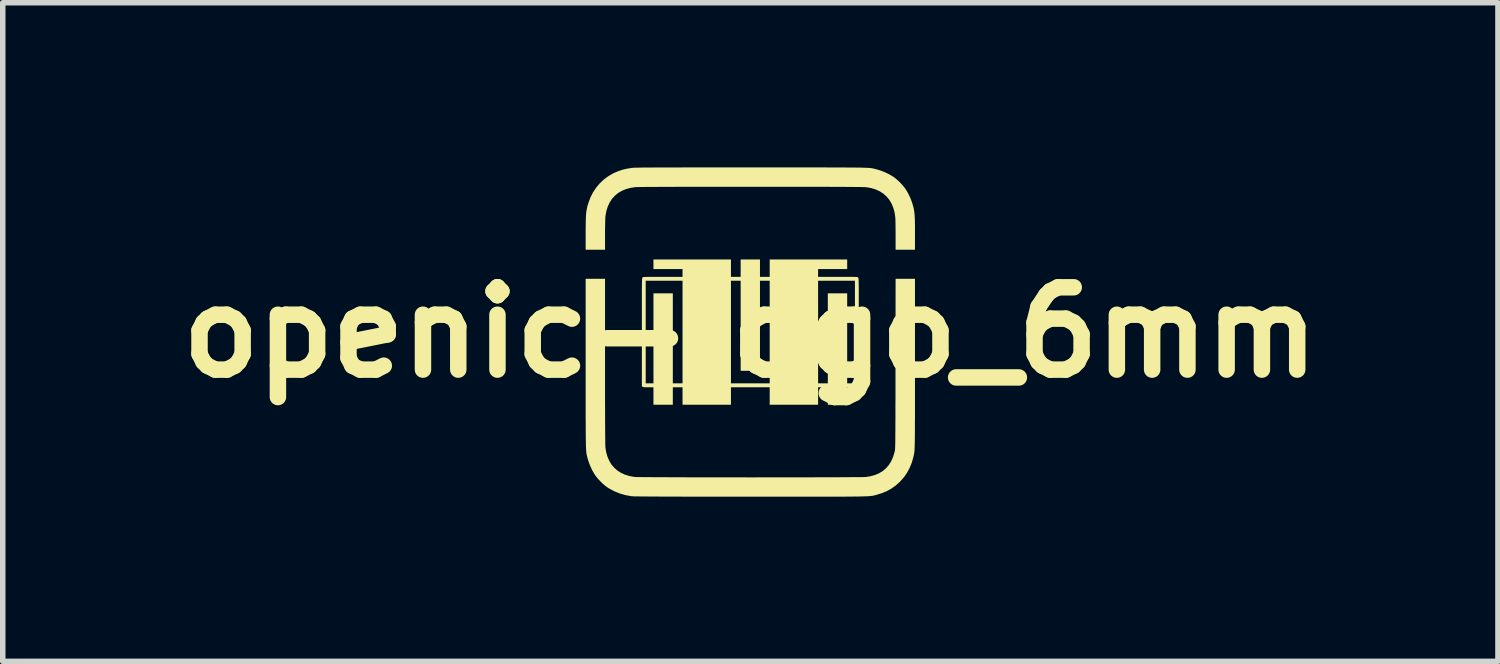
<source format=kicad_pcb>
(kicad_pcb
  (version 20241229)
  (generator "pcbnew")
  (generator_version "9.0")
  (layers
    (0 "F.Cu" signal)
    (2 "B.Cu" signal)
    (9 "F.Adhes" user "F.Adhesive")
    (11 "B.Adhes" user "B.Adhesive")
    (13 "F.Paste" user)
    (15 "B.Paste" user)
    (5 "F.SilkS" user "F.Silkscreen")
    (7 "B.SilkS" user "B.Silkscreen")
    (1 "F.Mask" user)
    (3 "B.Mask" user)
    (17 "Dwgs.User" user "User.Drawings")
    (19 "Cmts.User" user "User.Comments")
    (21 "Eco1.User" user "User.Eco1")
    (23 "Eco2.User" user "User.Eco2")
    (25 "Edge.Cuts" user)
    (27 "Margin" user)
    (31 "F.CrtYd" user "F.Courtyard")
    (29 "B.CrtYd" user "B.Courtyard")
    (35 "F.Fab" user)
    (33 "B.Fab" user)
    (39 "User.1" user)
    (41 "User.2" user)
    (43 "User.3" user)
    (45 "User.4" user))
  (footprint "openic-logo_6mm"
    (layer "F.Cu")
    (at 10.621 3.006)
    (property "Reference" "openic-logo_6mm" (at 0 0 0) (layer "F.SilkS") (effects (font (size 1.5 1.5) (thickness 0.3))))
    (attr board_only exclude_from_pos_files exclude_from_bom)
    (fp_poly (pts (xy 0.533 -3.006) (xy 0.689 -3.006) (xy 0.835 -3.006) (xy 0.97 -3.006) (xy 1.097 -3.006) (xy 1.214 -3.006) (xy 1.322 -3.006) (xy 1.422 -3.005) (xy 1.514 -3.005) (xy 1.598 -3.005) (xy 1.675 -3.005) (xy 1.745 -3.004) (xy 1.808 -3.004) (xy 1.865 -3.004) (xy 1.917 -3.003) (xy 1.963 -3.002) (xy 2.004 -3.002) (xy 2.04 -3.001) (xy 2.072 -3) (xy 2.1 -2.999) (xy 2.124 -2.998) (xy 2.146 -2.997) (xy 2.164 -2.996) (xy 2.18 -2.995) (xy 2.194 -2.993) (xy 2.207 -2.992) (xy 2.217 -2.99) (xy 2.227 -2.988) (xy 2.237 -2.986) (xy 2.246 -2.984) (xy 2.256 -2.982) (xy 2.265 -2.98) (xy 2.27 -2.979) (xy 2.354 -2.955) (xy 2.438 -2.924) (xy 2.519 -2.886) (xy 2.593 -2.843) (xy 2.618 -2.827) (xy 2.657 -2.796) (xy 2.699 -2.759) (xy 2.741 -2.717) (xy 2.78 -2.674) (xy 2.813 -2.633) (xy 2.828 -2.612) (xy 2.875 -2.534) (xy 2.916 -2.449) (xy 2.949 -2.36) (xy 2.973 -2.276) (xy 2.979 -2.249) (xy 2.984 -2.222) (xy 2.988 -2.195) (xy 2.991 -2.165) (xy 2.994 -2.132) (xy 2.996 -2.095) (xy 2.998 -2.053) (xy 2.999 -2.003) (xy 3 -1.945) (xy 3 -1.878) (xy 3 -1.802) (xy 3 -1.506) (xy 2.824 -1.506) (xy 2.647 -1.506) (xy 2.647 -1.773) (xy 2.647 -1.833) (xy 2.646 -1.891) (xy 2.646 -1.945) (xy 2.645 -1.995) (xy 2.644 -2.037) (xy 2.643 -2.072) (xy 2.641 -2.096) (xy 2.641 -2.103) (xy 2.627 -2.193) (xy 2.603 -2.276) (xy 2.571 -2.351) (xy 2.531 -2.418) (xy 2.481 -2.477) (xy 2.424 -2.528) (xy 2.358 -2.57) (xy 2.285 -2.604) (xy 2.204 -2.629) (xy 2.116 -2.644) (xy 2.098 -2.646) (xy 2.086 -2.647) (xy 2.063 -2.648) (xy 2.029 -2.648) (xy 1.985 -2.649) (xy 1.931 -2.649) (xy 1.868 -2.65) (xy 1.797 -2.65) (xy 1.717 -2.651) (xy 1.63 -2.651) (xy 1.536 -2.651) (xy 1.436 -2.652) (xy 1.329 -2.652) (xy 1.217 -2.652) (xy 1.1 -2.652) (xy 0.979 -2.653) (xy 0.853 -2.653) (xy 0.725 -2.653) (xy 0.593 -2.653) (xy 0.46 -2.653) (xy 0.324 -2.653) (xy 0.188 -2.653) (xy 0.05 -2.653) (xy -0.087 -2.653) (xy -0.225 -2.653) (xy -0.361 -2.653) (xy -0.496 -2.653) (xy -0.629 -2.653) (xy -0.76 -2.653) (xy -0.888 -2.653) (xy -1.012 -2.653) (xy -1.132 -2.652) (xy -1.248 -2.652) (xy -1.358 -2.652) (xy -1.463 -2.651) (xy -1.562 -2.651) (xy -1.655 -2.651) (xy -1.74 -2.65) (xy -1.817 -2.65) (xy -1.886 -2.65) (xy -1.946 -2.649) (xy -1.998 -2.649) (xy -2.039 -2.648) (xy -2.07 -2.647) (xy -2.09 -2.647) (xy -2.098 -2.646) (xy -2.187 -2.632) (xy -2.27 -2.609) (xy -2.345 -2.577) (xy -2.412 -2.537) (xy -2.471 -2.487) (xy -2.522 -2.43) (xy -2.564 -2.364) (xy -2.598 -2.291) (xy -2.623 -2.21) (xy -2.639 -2.121) (xy -2.641 -2.103) (xy -2.642 -2.083) (xy -2.643 -2.052) (xy -2.644 -2.013) (xy -2.645 -1.966) (xy -2.646 -1.914) (xy -2.647 -1.857) (xy -2.647 -1.797) (xy -2.647 -1.773) (xy -2.647 -1.506) (xy -2.824 -1.506) (xy -3 -1.506) (xy -3 -1.802) (xy -3 -1.883) (xy -2.999 -1.954) (xy -2.998 -2.016) (xy -2.997 -2.069) (xy -2.995 -2.116) (xy -2.992 -2.157) (xy -2.988 -2.194) (xy -2.983 -2.228) (xy -2.977 -2.26) (xy -2.97 -2.291) (xy -2.961 -2.324) (xy -2.95 -2.358) (xy -2.946 -2.371) (xy -2.91 -2.466) (xy -2.864 -2.555) (xy -2.808 -2.638) (xy -2.744 -2.715) (xy -2.672 -2.783) (xy -2.592 -2.843) (xy -2.505 -2.894) (xy -2.482 -2.905) (xy -2.407 -2.937) (xy -2.331 -2.963) (xy -2.251 -2.982) (xy -2.163 -2.996) (xy -2.162 -2.997) (xy -2.155 -2.998) (xy -2.146 -2.998) (xy -2.135 -2.999) (xy -2.122 -3) (xy -2.106 -3) (xy -2.087 -3.001) (xy -2.065 -3.001) (xy -2.038 -3.002) (xy -2.008 -3.002) (xy -1.973 -3.003) (xy -1.933 -3.003) (xy -1.888 -3.004) (xy -1.837 -3.004) (xy -1.781 -3.004) (xy -1.717 -3.005) (xy -1.648 -3.005) (xy -1.571 -3.005) (xy -1.486 -3.005) (xy -1.394 -3.005) (xy -1.294 -3.005) (xy -1.185 -3.006) (xy -1.067 -3.006) (xy -0.94 -3.006) (xy -0.803 -3.006) (xy -0.656 -3.006) (xy -0.499 -3.006) (xy -0.331 -3.006) (xy -0.152 -3.006) (xy -0.000001 -3.006) (xy 0.189 -3.006) (xy 0.367 -3.006)) (stroke (width 0) (type solid)) (fill yes) (layer "F.SilkS"))
    (fp_poly (pts (xy -0.353 -1.171) (xy -0.353 -1.012) (xy -0.265 -1.012) (xy -0.176 -1.012) (xy -0.176 -1.171) (xy -0.176 -1.329) (xy 0 -1.329) (xy 0.176 -1.329) (xy 0.176 -1.171) (xy 0.176 -1.012) (xy 0.265 -1.012) (xy 0.353 -1.012) (xy 0.353 -1.171) (xy 0.353 -1.329) (xy 1.059 -1.329) (xy 1.765 -1.329) (xy 1.765 -1.241) (xy 1.765 -1.153) (xy 1.5 -1.153) (xy 1.235 -1.153) (xy 1.235 -1.082) (xy 1.235 -1.012) (xy 1.594 -1.012) (xy 1.668 -1.012) (xy 1.731 -1.012) (xy 1.784 -1.012) (xy 1.828 -1.011) (xy 1.864 -1.011) (xy 1.892 -1.011) (xy 1.915 -1.01) (xy 1.931 -1.009) (xy 1.943 -1.008) (xy 1.952 -1.007) (xy 1.958 -1.005) (xy 1.961 -1.003) (xy 1.964 -1.001) (xy 1.965 -1) (xy 1.966 -0.998) (xy 1.968 -0.996) (xy 1.969 -0.993) (xy 1.97 -0.988) (xy 1.971 -0.982) (xy 1.972 -0.972) (xy 1.973 -0.96) (xy 1.973 -0.944) (xy 1.974 -0.923) (xy 1.974 -0.898) (xy 1.975 -0.868) (xy 1.975 -0.831) (xy 1.976 -0.789) (xy 1.976 -0.739) (xy 1.976 -0.683) (xy 1.976 -0.618) (xy 1.976 -0.545) (xy 1.976 -0.463) (xy 1.976 -0.371) (xy 1.976 -0.269) (xy 1.976 -0.157) (xy 1.976 -0.034) (xy 1.976 -0.003) (xy 1.976 0.982) (xy 1.963 0.991) (xy 1.956 0.994) (xy 1.944 0.997) (xy 1.927 0.999) (xy 1.902 1) (xy 1.867 1) (xy 1.858 1) (xy 1.765 1) (xy 1.765 1.159) (xy 1.765 1.318) (xy 1.588 1.318) (xy 1.412 1.318) (xy 1.412 1.159) (xy 1.412 1) (xy 1.324 1) (xy 1.235 1) (xy 1.235 1.159) (xy 1.235 1.318) (xy 0.794 1.318) (xy 0.353 1.318) (xy 0.353 1.159) (xy 0.353 1) (xy 0 1) (xy -0.353 1) (xy -0.353 1.159) (xy -0.353 1.318) (xy -0.794 1.318) (xy -1.235 1.318) (xy -1.235 1.159) (xy -1.235 1) (xy -1.324 1) (xy -1.412 1) (xy -1.412 1.159) (xy -1.412 1.318) (xy -1.588 1.318) (xy -1.765 1.318) (xy -1.765 1.159) (xy -1.765 1) (xy -1.858 1) (xy -1.895 1) (xy -1.922 0.999) (xy -1.941 0.998) (xy -1.954 0.995) (xy -1.962 0.992) (xy -1.963 0.991) (xy -1.976 0.982) (xy -1.976 -0.003) (xy -1.976 -0.006) (xy -1.906 -0.006) (xy -1.906 0.929) (xy -1.835 0.929) (xy -1.765 0.929) (xy -1.765 0.109) (xy -1.765 -0.712) (xy -1.588 -0.712) (xy -1.412 -0.712) (xy -1.412 0.109) (xy -1.412 0.929) (xy -1.324 0.929) (xy -1.235 0.929) (xy -1.235 -0.006) (xy -0.353 -0.006) (xy -0.353 0.929) (xy 0 0.929) (xy 0.353 0.929) (xy 0.353 -0.006) (xy 1.235 -0.006) (xy 1.235 0.929) (xy 1.324 0.929) (xy 1.412 0.929) (xy 1.412 0.109) (xy 1.412 -0.712) (xy 1.588 -0.712) (xy 1.765 -0.712) (xy 1.765 0.109) (xy 1.765 0.929) (xy 1.835 0.929) (xy 1.906 0.929) (xy 1.906 -0.006) (xy 1.906 -0.941) (xy 1.571 -0.941) (xy 1.235 -0.941) (xy 1.235 -0.006) (xy 0.353 -0.006) (xy 0.353 -0.941) (xy 0.265 -0.941) (xy 0.176 -0.941) (xy 0.176 -0.121) (xy 0.176 0.7) (xy 0 0.7) (xy -0.176 0.7) (xy -0.176 -0.121) (xy -0.176 -0.941) (xy -0.265 -0.941) (xy -0.353 -0.941) (xy -0.353 -0.006) (xy -1.235 -0.006) (xy -1.235 -0.941) (xy -1.571 -0.941) (xy -1.906 -0.941) (xy -1.906 -0.006) (xy -1.976 -0.006) (xy -1.976 -0.129) (xy -1.976 -0.244) (xy -1.976 -0.348) (xy -1.976 -0.442) (xy -1.976 -0.527) (xy -1.976 -0.602) (xy -1.976 -0.668) (xy -1.976 -0.727) (xy -1.976 -0.778) (xy -1.975 -0.822) (xy -1.975 -0.86) (xy -1.975 -0.891) (xy -1.974 -0.918) (xy -1.973 -0.939) (xy -1.973 -0.956) (xy -1.972 -0.97) (xy -1.971 -0.98) (xy -1.97 -0.987) (xy -1.969 -0.992) (xy -1.968 -0.996) (xy -1.967 -0.998) (xy -1.965 -1) (xy -1.965 -1) (xy -1.962 -1.002) (xy -1.959 -1.004) (xy -1.953 -1.006) (xy -1.946 -1.008) (xy -1.934 -1.009) (xy -1.919 -1.01) (xy -1.898 -1.01) (xy -1.871 -1.011) (xy -1.837 -1.011) (xy -1.795 -1.012) (xy -1.744 -1.012) (xy -1.683 -1.012) (xy -1.612 -1.012) (xy -1.594 -1.012) (xy -1.235 -1.012) (xy -1.235 -1.082) (xy -1.235 -1.153) (xy -1.5 -1.153) (xy -1.765 -1.153) (xy -1.765 -1.241) (xy -1.765 -1.329) (xy -1.059 -1.329) (xy -0.353 -1.329)) (stroke (width 0) (type solid)) (fill yes) (layer "F.SilkS"))
    (fp_poly (pts (xy -2.647 0.525) (xy -2.647 0.703) (xy -2.647 0.87) (xy -2.647 1.024) (xy -2.647 1.168) (xy -2.647 1.301) (xy -2.646 1.422) (xy -2.646 1.533) (xy -2.646 1.634) (xy -2.645 1.724) (xy -2.645 1.803) (xy -2.644 1.873) (xy -2.644 1.933) (xy -2.643 1.983) (xy -2.643 2.024) (xy -2.642 2.055) (xy -2.641 2.078) (xy -2.641 2.091) (xy -2.641 2.092) (xy -2.627 2.181) (xy -2.603 2.264) (xy -2.571 2.339) (xy -2.531 2.406) (xy -2.481 2.465) (xy -2.424 2.516) (xy -2.358 2.558) (xy -2.285 2.592) (xy -2.204 2.617) (xy -2.116 2.633) (xy -2.098 2.635) (xy -2.086 2.635) (xy -2.063 2.636) (xy -2.029 2.636) (xy -1.985 2.637) (xy -1.932 2.637) (xy -1.869 2.638) (xy -1.798 2.638) (xy -1.719 2.639) (xy -1.632 2.639) (xy -1.538 2.639) (xy -1.438 2.64) (xy -1.332 2.64) (xy -1.22 2.64) (xy -1.103 2.641) (xy -0.982 2.641) (xy -0.857 2.641) (xy -0.729 2.641) (xy -0.597 2.641) (xy -0.464 2.641) (xy -0.328 2.641) (xy -0.192 2.641) (xy -0.055 2.642) (xy 0.083 2.642) (xy 0.22 2.641) (xy 0.357 2.641) (xy 0.492 2.641) (xy 0.625 2.641) (xy 0.756 2.641) (xy 0.884 2.641) (xy 1.008 2.641) (xy 1.129 2.641) (xy 1.245 2.64) (xy 1.356 2.64) (xy 1.461 2.64) (xy 1.56 2.64) (xy 1.653 2.639) (xy 1.739 2.639) (xy 1.817 2.638) (xy 1.887 2.638) (xy 1.948 2.638) (xy 2 2.637) (xy 2.042 2.637) (xy 2.074 2.636) (xy 2.095 2.635) (xy 2.105 2.635) (xy 2.194 2.62) (xy 2.276 2.597) (xy 2.35 2.565) (xy 2.416 2.524) (xy 2.474 2.474) (xy 2.524 2.416) (xy 2.566 2.349) (xy 2.6 2.273) (xy 2.626 2.189) (xy 2.634 2.156) (xy 2.635 2.15) (xy 2.636 2.144) (xy 2.637 2.135) (xy 2.637 2.124) (xy 2.638 2.111) (xy 2.639 2.095) (xy 2.639 2.075) (xy 2.64 2.052) (xy 2.641 2.024) (xy 2.641 1.991) (xy 2.642 1.954) (xy 2.642 1.91) (xy 2.642 1.861) (xy 2.643 1.806) (xy 2.643 1.743) (xy 2.643 1.673) (xy 2.644 1.596) (xy 2.644 1.51) (xy 2.644 1.416) (xy 2.644 1.313) (xy 2.645 1.201) (xy 2.645 1.078) (xy 2.645 0.946) (xy 2.645 0.802) (xy 2.645 0.648) (xy 2.645 0.566) (xy 2.647 -0.976) (xy 2.824 -0.976) (xy 3 -0.976) (xy 3 0.555) (xy 3 0.716) (xy 3 0.867) (xy 3 1.006) (xy 3 1.135) (xy 3 1.254) (xy 3 1.364) (xy 3 1.464) (xy 3 1.556) (xy 2.999 1.639) (xy 2.999 1.715) (xy 2.999 1.783) (xy 2.998 1.845) (xy 2.998 1.899) (xy 2.997 1.948) (xy 2.997 1.992) (xy 2.996 2.03) (xy 2.995 2.064) (xy 2.994 2.093) (xy 2.993 2.118) (xy 2.992 2.141) (xy 2.99 2.16) (xy 2.989 2.177) (xy 2.987 2.191) (xy 2.985 2.204) (xy 2.983 2.216) (xy 2.981 2.227) (xy 2.979 2.238) (xy 2.976 2.25) (xy 2.974 2.261) (xy 2.973 2.264) (xy 2.944 2.368) (xy 2.905 2.465) (xy 2.857 2.555) (xy 2.8 2.638) (xy 2.733 2.714) (xy 2.726 2.721) (xy 2.652 2.788) (xy 2.572 2.845) (xy 2.486 2.893) (xy 2.394 2.931) (xy 2.304 2.958) (xy 2.293 2.962) (xy 2.282 2.965) (xy 2.272 2.967) (xy 2.262 2.97) (xy 2.252 2.972) (xy 2.242 2.974) (xy 2.231 2.977) (xy 2.219 2.979) (xy 2.205 2.98) (xy 2.189 2.982) (xy 2.171 2.983) (xy 2.151 2.985) (xy 2.127 2.986) (xy 2.1 2.987) (xy 2.069 2.988) (xy 2.034 2.989) (xy 1.994 2.99) (xy 1.95 2.991) (xy 1.9 2.991) (xy 1.845 2.992) (xy 1.784 2.992) (xy 1.716 2.993) (xy 1.642 2.993) (xy 1.56 2.993) (xy 1.471 2.993) (xy 1.374 2.994) (xy 1.269 2.994) (xy 1.155 2.994) (xy 1.032 2.994) (xy 0.9 2.994) (xy 0.758 2.994) (xy 0.606 2.994) (xy 0.444 2.994) (xy 0.271 2.994) (xy 0.086 2.993) (xy -0.006 2.993) (xy -0.198 2.993) (xy -0.378 2.993) (xy -0.547 2.993) (xy -0.706 2.993) (xy -0.854 2.993) (xy -0.993 2.993) (xy -1.121 2.993) (xy -1.24 2.993) (xy -1.35 2.992) (xy -1.452 2.992) (xy -1.545 2.992) (xy -1.629 2.992) (xy -1.707 2.991) (xy -1.777 2.991) (xy -1.839 2.991) (xy -1.896 2.99) (xy -1.945 2.99) (xy -1.989 2.99) (xy -2.028 2.989) (xy -2.06 2.989) (xy -2.088 2.988) (xy -2.112 2.988) (xy -2.131 2.987) (xy -2.146 2.986) (xy -2.157 2.986) (xy -2.165 2.985) (xy -2.168 2.985) (xy -2.279 2.964) (xy -2.383 2.934) (xy -2.482 2.893) (xy -2.575 2.843) (xy -2.606 2.823) (xy -2.65 2.79) (xy -2.697 2.749) (xy -2.742 2.704) (xy -2.785 2.657) (xy -2.821 2.611) (xy -2.831 2.597) (xy -2.88 2.514) (xy -2.922 2.423) (xy -2.956 2.329) (xy -2.973 2.264) (xy -2.976 2.252) (xy -2.978 2.241) (xy -2.981 2.23) (xy -2.983 2.219) (xy -2.985 2.207) (xy -2.987 2.194) (xy -2.988 2.18) (xy -2.99 2.164) (xy -2.991 2.145) (xy -2.993 2.124) (xy -2.994 2.099) (xy -2.995 2.071) (xy -2.996 2.038) (xy -2.996 2.001) (xy -2.997 1.959) (xy -2.998 1.912) (xy -2.998 1.858) (xy -2.999 1.799) (xy -2.999 1.732) (xy -2.999 1.658) (xy -3 1.577) (xy -3 1.487) (xy -3 1.389) (xy -3 1.282) (xy -3 1.166) (xy -3 1.039) (xy -3 0.902) (xy -3 0.755) (xy -3 0.596) (xy -3 0.555) (xy -3 -0.976) (xy -2.824 -0.976) (xy -2.647 -0.976)) (stroke (width 0) (type solid)) (fill yes) (layer "F.SilkS")))
  (gr_rect
    (start -3 -3)
    (end 24.243 9)
    (stroke (width 0.1) (type default))
    (fill no)
    (layer "Edge.Cuts")))
</source>
